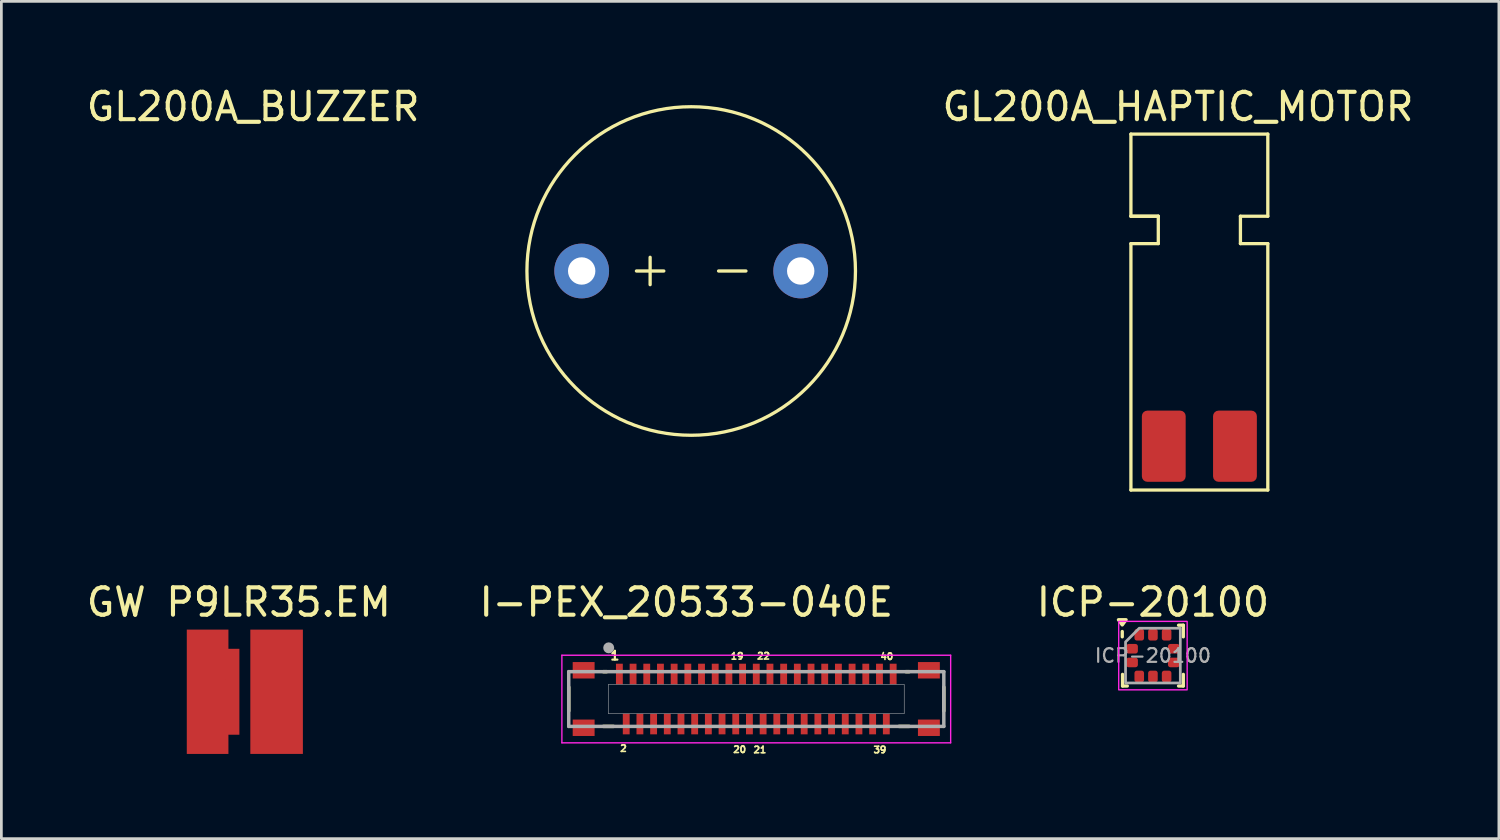
<source format=kicad_pcb>
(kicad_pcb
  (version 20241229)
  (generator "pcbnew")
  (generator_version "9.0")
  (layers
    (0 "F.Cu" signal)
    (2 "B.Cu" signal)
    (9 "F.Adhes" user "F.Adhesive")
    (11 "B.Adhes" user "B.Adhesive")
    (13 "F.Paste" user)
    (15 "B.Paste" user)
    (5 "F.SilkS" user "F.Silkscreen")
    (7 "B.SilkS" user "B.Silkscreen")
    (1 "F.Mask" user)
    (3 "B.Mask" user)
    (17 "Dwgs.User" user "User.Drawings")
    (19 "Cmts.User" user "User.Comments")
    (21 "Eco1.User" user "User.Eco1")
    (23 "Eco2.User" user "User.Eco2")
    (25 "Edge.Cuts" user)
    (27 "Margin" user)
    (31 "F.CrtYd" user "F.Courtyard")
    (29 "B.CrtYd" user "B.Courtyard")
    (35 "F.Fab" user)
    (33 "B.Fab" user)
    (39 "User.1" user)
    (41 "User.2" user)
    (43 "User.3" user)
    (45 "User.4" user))
  (footprint "GL200A_HAPTIC_MOTOR"
    (layer "F.Cu")
    (at 38.257 14.848)
    (property "Reference" "GL200A_HAPTIC_MOTOR" (at 1.72 -14 0) (unlocked yes) (layer "F.SilkS") (effects (font (size 1 1) (thickness 0.15))))
    (attr smd)
    (fp_line (start 0 -13) (end 0 -10) (stroke (width 0.12) (type solid)) (layer "F.SilkS"))
    (fp_line (start 0 -10) (end 1 -10) (stroke (width 0.12) (type solid)) (layer "F.SilkS"))
    (fp_line (start 0 -9) (end 0 0) (stroke (width 0.12) (type solid)) (layer "F.SilkS"))
    (fp_line (start 0 0) (end 5 0) (stroke (width 0.12) (type solid)) (layer "F.SilkS"))
    (fp_line (start 1 -10) (end 0 -10) (stroke (width 0.12) (type solid)) (layer "F.SilkS"))
    (fp_line (start 1 -10) (end 1 -9) (stroke (width 0.12) (type solid)) (layer "F.SilkS"))
    (fp_line (start 1 -9) (end 0 -9) (stroke (width 0.12) (type solid)) (layer "F.SilkS"))
    (fp_line (start 4 -10) (end 5 -10) (stroke (width 0.12) (type solid)) (layer "F.SilkS"))
    (fp_line (start 4 -9) (end 4 -10) (stroke (width 0.12) (type solid)) (layer "F.SilkS"))
    (fp_line (start 5 -13) (end 0 -13) (stroke (width 0.12) (type solid)) (layer "F.SilkS"))
    (fp_line (start 5 -10) (end 5 -13) (stroke (width 0.12) (type solid)) (layer "F.SilkS"))
    (fp_line (start 5 -9) (end 4 -9) (stroke (width 0.12) (type solid)) (layer "F.SilkS"))
    (fp_line (start 5 0) (end 5 -9) (stroke (width 0.12) (type solid)) (layer "F.SilkS"))
    (pad "1" smd roundrect (at 1.2 -1.6) (size 1.6 2.6) (layers "F.Cu" "F.Mask" "F.Paste") (roundrect_rratio 0.125))
    (pad "2" smd roundrect (at 3.8 -1.6) (size 1.6 2.6) (layers "F.Cu" "F.Mask" "F.Paste") (roundrect_rratio 0.125)))
  (footprint "GL200A_BUZZER"
    (layer "F.Cu")
    (at 22.196 6.848)
    (property "Reference" "GL200A_BUZZER" (at -16 -6 0) (unlocked yes) (layer "F.SilkS") (effects (font (size 1 1) (thickness 0.15))))
    (attr through_hole)
    (fp_line (start -2 0) (end -1 0) (stroke (width 0.12) (type solid)) (layer "F.SilkS"))
    (fp_line (start -1.5 -0.5) (end -1.5 0.5) (stroke (width 0.12) (type solid)) (layer "F.SilkS"))
    (fp_line (start 2 0) (end 1 0) (stroke (width 0.12) (type solid)) (layer "F.SilkS"))
    (fp_circle (center 0 0) (end 6 0) (stroke (width 0.12) (type solid)) (fill no) (layer "F.SilkS"))
    (pad "1" thru_hole circle (at -4 0) (size 2 2) (drill 1) (layers "*.Cu" "*.Mask"))
    (pad "2" thru_hole circle (at 4 0) (size 2 2) (drill 1) (layers "*.Cu" "*.Mask")))
  (footprint "ICP-20100"
    (layer "F.Cu")
    (at 39.061 20.896)
    (property "Reference" "ICP-20100" (at 0 -1.95 0) (layer "F.SilkS") (effects (font (size 1 1) (thickness 0.15))))
    (attr smd)
    (fp_line (start -1.12 -0.685) (end -1.12 -0.88) (stroke (width 0.12) (type solid)) (layer "F.SilkS"))
    (fp_line (start -1.11 1.11) (end -1.11 0.685) (stroke (width 0.12) (type solid)) (layer "F.SilkS"))
    (fp_line (start -0.935 1.11) (end -1.11 1.11) (stroke (width 0.12) (type solid)) (layer "F.SilkS"))
    (fp_line (start 0.935 -1.11) (end 1.11 -1.11) (stroke (width 0.12) (type solid)) (layer "F.SilkS"))
    (fp_line (start 0.935 1.11) (end 1.11 1.11) (stroke (width 0.12) (type solid)) (layer "F.SilkS"))
    (fp_line (start 1.11 -1.11) (end 1.11 -0.685) (stroke (width 0.12) (type solid)) (layer "F.SilkS"))
    (fp_line (start 1.11 1.11) (end 1.11 0.685) (stroke (width 0.12) (type solid)) (layer "F.SilkS"))
    (fp_poly (pts (xy -1.12 -1.12) (xy -1.26 -1.31) (xy -0.98 -1.31)) (stroke (width 0.12) (type solid)) (fill yes) (layer "F.SilkS"))
    (fp_rect (start -1.25 -1.25) (end 1.25 1.25) (stroke (width 0.05) (type solid)) (fill no) (layer "F.CrtYd"))
    (fp_poly (pts (xy -1 -0.5) (xy -1 1) (xy 1 1) (xy 1 -1) (xy -0.5 -1)) (stroke (width 0.1) (type solid)) (fill no) (layer "F.Fab"))
    (fp_text user "${REFERENCE}" (at 0 0 0) (layer "F.Fab") (effects (font (size 0.5 0.5) (thickness 0.08))))
    (pad "1" smd roundrect (at -0.762 -0.25) (size 0.425 0.35) (layers "F.Cu" "F.Mask" "F.Paste") (roundrect_rratio 0.25))
    (pad "2" smd roundrect (at -0.762 0.25) (size 0.425 0.35) (layers "F.Cu" "F.Mask" "F.Paste") (roundrect_rratio 0.25))
    (pad "3" smd roundrect (at -0.5 0.762) (size 0.35 0.425) (layers "F.Cu" "F.Mask" "F.Paste") (roundrect_rratio 0.25))
    (pad "4" smd roundrect (at 0 0.762) (size 0.35 0.425) (layers "F.Cu" "F.Mask" "F.Paste") (roundrect_rratio 0.25))
    (pad "5" smd roundrect (at 0.5 0.762) (size 0.35 0.425) (layers "F.Cu" "F.Mask" "F.Paste") (roundrect_rratio 0.25))
    (pad "6" smd roundrect (at 0.762 0.25) (size 0.425 0.35) (layers "F.Cu" "F.Mask" "F.Paste") (roundrect_rratio 0.25))
    (pad "7" smd roundrect (at 0.762 -0.25) (size 0.425 0.35) (layers "F.Cu" "F.Mask" "F.Paste") (roundrect_rratio 0.25))
    (pad "8" smd roundrect (at 0.5 -0.762) (size 0.35 0.425) (layers "F.Cu" "F.Mask" "F.Paste") (roundrect_rratio 0.25))
    (pad "9" smd roundrect (at 0 -0.762) (size 0.35 0.425) (layers "F.Cu" "F.Mask" "F.Paste") (roundrect_rratio 0.25))
    (pad "10" smd roundrect (at -0.5 -0.762) (size 0.35 0.425) (layers "F.Cu" "F.Mask" "F.Paste") (roundrect_rratio 0.25)))
  (footprint "GW P9LR35.EM"
    (layer "F.Cu")
    (at 3.773 19.947)
    (property "Reference" "GW P9LR35.EM" (at 1.9 -1 0) (unlocked yes) (layer "F.SilkS") (effects (font (size 1 1) (thickness 0.15))))
    (attr smd)
    (pad "A" smd rect (at 3.28 2.27) (size 1.92 4.54) (layers "F.Cu" "F.Mask" "F.Paste"))
    (pad "K" smd custom (at 0 0) (size 0.001 0.001) (layers "F.Cu" "F.Mask" "F.Paste") (options (anchor rect)) (primitives (gr_poly (pts (xy 0 0) (xy 1.52 0) (xy 1.52 0.7) (xy 1.92 0.7) (xy 1.92 3.84) (xy 1.52 3.84) (xy 1.52 4.54) (xy 0 4.54)) (width 0.001) (fill yes))))
    (pad "K" smd roundrect (at 1 2.25) (size 1 1) (layers "F.Cu" "F.Mask" "F.Paste") (roundrect_rratio 0.25)))
  (footprint "I-PEX_20533-040E"
    (layer "F.Cu")
    (at 24.573 22.482)
    (property "Reference" "I-PEX_20533-040E" (at -2.555 -3.535 0) (layer "F.SilkS") (effects (font (size 1 1) (thickness 0.15))))
    (attr through_hole)
    (fp_line (start -6.85 0.435) (end -6.85 -0.435) (stroke (width 0.127) (type solid)) (layer "F.SilkS"))
    (fp_line (start -5.465 -1) (end -5.585 -1) (stroke (width 0.127) (type solid)) (layer "F.SilkS"))
    (fp_line (start -5.215 1) (end -5.585 1) (stroke (width 0.127) (type solid)) (layer "F.SilkS"))
    (fp_line (start 5.585 -1) (end 5.465 -1) (stroke (width 0.127) (type solid)) (layer "F.SilkS"))
    (fp_line (start 5.585 1) (end 5.215 1) (stroke (width 0.127) (type solid)) (layer "F.SilkS"))
    (fp_line (start 6.85 0.435) (end 6.85 -0.435) (stroke (width 0.127) (type solid)) (layer "F.SilkS"))
    (fp_poly (pts (xy -6.637 -1.299) (xy -5.973 -1.299) (xy -5.973 -0.801) (xy -6.637 -0.801)) (stroke (width 0.01) (type solid)) (fill yes) (layer "F.Paste"))
    (fp_poly (pts (xy -6.637 0.801) (xy -5.973 0.801) (xy -5.973 1.299) (xy -6.637 1.299)) (stroke (width 0.01) (type solid)) (fill yes) (layer "F.Paste"))
    (fp_poly (pts (xy -5.104 -1.226) (xy -4.896 -1.226) (xy -4.896 -0.604) (xy -5.104 -0.604)) (stroke (width 0.01) (type solid)) (fill yes) (layer "F.Paste"))
    (fp_poly (pts (xy -4.854 0.604) (xy -4.646 0.604) (xy -4.646 1.226) (xy -4.854 1.226)) (stroke (width 0.01) (type solid)) (fill yes) (layer "F.Paste"))
    (fp_poly (pts (xy -4.604 -1.226) (xy -4.396 -1.226) (xy -4.396 -0.604) (xy -4.604 -0.604)) (stroke (width 0.01) (type solid)) (fill yes) (layer "F.Paste"))
    (fp_poly (pts (xy -4.354 0.604) (xy -4.146 0.604) (xy -4.146 1.226) (xy -4.354 1.226)) (stroke (width 0.01) (type solid)) (fill yes) (layer "F.Paste"))
    (fp_poly (pts (xy -4.104 -1.226) (xy -3.896 -1.226) (xy -3.896 -0.604) (xy -4.104 -0.604)) (stroke (width 0.01) (type solid)) (fill yes) (layer "F.Paste"))
    (fp_poly (pts (xy -3.854 0.604) (xy -3.646 0.604) (xy -3.646 1.226) (xy -3.854 1.226)) (stroke (width 0.01) (type solid)) (fill yes) (layer "F.Paste"))
    (fp_poly (pts (xy -3.604 -1.226) (xy -3.396 -1.226) (xy -3.396 -0.604) (xy -3.604 -0.604)) (stroke (width 0.01) (type solid)) (fill yes) (layer "F.Paste"))
    (fp_poly (pts (xy -3.354 0.604) (xy -3.146 0.604) (xy -3.146 1.226) (xy -3.354 1.226)) (stroke (width 0.01) (type solid)) (fill yes) (layer "F.Paste"))
    (fp_poly (pts (xy -3.104 -1.226) (xy -2.896 -1.226) (xy -2.896 -0.604) (xy -3.104 -0.604)) (stroke (width 0.01) (type solid)) (fill yes) (layer "F.Paste"))
    (fp_poly (pts (xy -2.854 0.604) (xy -2.646 0.604) (xy -2.646 1.226) (xy -2.854 1.226)) (stroke (width 0.01) (type solid)) (fill yes) (layer "F.Paste"))
    (fp_poly (pts (xy -2.604 -1.226) (xy -2.396 -1.226) (xy -2.396 -0.604) (xy -2.604 -0.604)) (stroke (width 0.01) (type solid)) (fill yes) (layer "F.Paste"))
    (fp_poly (pts (xy -2.354 0.604) (xy -2.146 0.604) (xy -2.146 1.226) (xy -2.354 1.226)) (stroke (width 0.01) (type solid)) (fill yes) (layer "F.Paste"))
    (fp_poly (pts (xy -2.104 -1.226) (xy -1.896 -1.226) (xy -1.896 -0.604) (xy -2.104 -0.604)) (stroke (width 0.01) (type solid)) (fill yes) (layer "F.Paste"))
    (fp_poly (pts (xy -1.854 0.604) (xy -1.646 0.604) (xy -1.646 1.226) (xy -1.854 1.226)) (stroke (width 0.01) (type solid)) (fill yes) (layer "F.Paste"))
    (fp_poly (pts (xy -1.604 -1.226) (xy -1.396 -1.226) (xy -1.396 -0.604) (xy -1.604 -0.604)) (stroke (width 0.01) (type solid)) (fill yes) (layer "F.Paste"))
    (fp_poly (pts (xy -1.354 0.604) (xy -1.146 0.604) (xy -1.146 1.226) (xy -1.354 1.226)) (stroke (width 0.01) (type solid)) (fill yes) (layer "F.Paste"))
    (fp_poly (pts (xy -1.104 -1.226) (xy -0.896 -1.226) (xy -0.896 -0.604) (xy -1.104 -0.604)) (stroke (width 0.01) (type solid)) (fill yes) (layer "F.Paste"))
    (fp_poly (pts (xy -0.854 0.604) (xy -0.646 0.604) (xy -0.646 1.226) (xy -0.854 1.226)) (stroke (width 0.01) (type solid)) (fill yes) (layer "F.Paste"))
    (fp_poly (pts (xy -0.604 -1.226) (xy -0.396 -1.226) (xy -0.396 -0.604) (xy -0.604 -0.604)) (stroke (width 0.01) (type solid)) (fill yes) (layer "F.Paste"))
    (fp_poly (pts (xy -0.354 0.604) (xy -0.146 0.604) (xy -0.146 1.226) (xy -0.354 1.226)) (stroke (width 0.01) (type solid)) (fill yes) (layer "F.Paste"))
    (fp_poly (pts (xy -0.104 -1.226) (xy 0.104 -1.226) (xy 0.104 -0.604) (xy -0.104 -0.604)) (stroke (width 0.01) (type solid)) (fill yes) (layer "F.Paste"))
    (fp_poly (pts (xy 0.146 0.604) (xy 0.354 0.604) (xy 0.354 1.226) (xy 0.146 1.226)) (stroke (width 0.01) (type solid)) (fill yes) (layer "F.Paste"))
    (fp_poly (pts (xy 0.396 -1.226) (xy 0.604 -1.226) (xy 0.604 -0.604) (xy 0.396 -0.604)) (stroke (width 0.01) (type solid)) (fill yes) (layer "F.Paste"))
    (fp_poly (pts (xy 0.646 0.604) (xy 0.854 0.604) (xy 0.854 1.226) (xy 0.646 1.226)) (stroke (width 0.01) (type solid)) (fill yes) (layer "F.Paste"))
    (fp_poly (pts (xy 0.896 -1.226) (xy 1.104 -1.226) (xy 1.104 -0.604) (xy 0.896 -0.604)) (stroke (width 0.01) (type solid)) (fill yes) (layer "F.Paste"))
    (fp_poly (pts (xy 1.146 0.604) (xy 1.354 0.604) (xy 1.354 1.226) (xy 1.146 1.226)) (stroke (width 0.01) (type solid)) (fill yes) (layer "F.Paste"))
    (fp_poly (pts (xy 1.396 -1.226) (xy 1.604 -1.226) (xy 1.604 -0.604) (xy 1.396 -0.604)) (stroke (width 0.01) (type solid)) (fill yes) (layer "F.Paste"))
    (fp_poly (pts (xy 1.646 0.604) (xy 1.854 0.604) (xy 1.854 1.226) (xy 1.646 1.226)) (stroke (width 0.01) (type solid)) (fill yes) (layer "F.Paste"))
    (fp_poly (pts (xy 1.896 -1.226) (xy 2.104 -1.226) (xy 2.104 -0.604) (xy 1.896 -0.604)) (stroke (width 0.01) (type solid)) (fill yes) (layer "F.Paste"))
    (fp_poly (pts (xy 2.146 0.604) (xy 2.354 0.604) (xy 2.354 1.226) (xy 2.146 1.226)) (stroke (width 0.01) (type solid)) (fill yes) (layer "F.Paste"))
    (fp_poly (pts (xy 2.396 -1.226) (xy 2.604 -1.226) (xy 2.604 -0.604) (xy 2.396 -0.604)) (stroke (width 0.01) (type solid)) (fill yes) (layer "F.Paste"))
    (fp_poly (pts (xy 2.646 0.604) (xy 2.854 0.604) (xy 2.854 1.226) (xy 2.646 1.226)) (stroke (width 0.01) (type solid)) (fill yes) (layer "F.Paste"))
    (fp_poly (pts (xy 2.896 -1.226) (xy 3.104 -1.226) (xy 3.104 -0.604) (xy 2.896 -0.604)) (stroke (width 0.01) (type solid)) (fill yes) (layer "F.Paste"))
    (fp_poly (pts (xy 2.896 -1.226) (xy 3.104 -1.226) (xy 3.104 -0.604) (xy 2.896 -0.604)) (stroke (width 0.01) (type solid)) (fill yes) (layer "F.Paste"))
    (fp_poly (pts (xy 3.146 0.604) (xy 3.354 0.604) (xy 3.354 1.226) (xy 3.146 1.226)) (stroke (width 0.01) (type solid)) (fill yes) (layer "F.Paste"))
    (fp_poly (pts (xy 3.396 -1.226) (xy 3.604 -1.226) (xy 3.604 -0.604) (xy 3.396 -0.604)) (stroke (width 0.01) (type solid)) (fill yes) (layer "F.Paste"))
    (fp_poly (pts (xy 3.646 0.604) (xy 3.854 0.604) (xy 3.854 1.226) (xy 3.646 1.226)) (stroke (width 0.01) (type solid)) (fill yes) (layer "F.Paste"))
    (fp_poly (pts (xy 3.896 -1.226) (xy 4.104 -1.226) (xy 4.104 -0.604) (xy 3.896 -0.604)) (stroke (width 0.01) (type solid)) (fill yes) (layer "F.Paste"))
    (fp_poly (pts (xy 4.146 0.604) (xy 4.354 0.604) (xy 4.354 1.226) (xy 4.146 1.226)) (stroke (width 0.01) (type solid)) (fill yes) (layer "F.Paste"))
    (fp_poly (pts (xy 4.396 -1.226) (xy 4.604 -1.226) (xy 4.604 -0.604) (xy 4.396 -0.604)) (stroke (width 0.01) (type solid)) (fill yes) (layer "F.Paste"))
    (fp_poly (pts (xy 4.646 0.604) (xy 4.854 0.604) (xy 4.854 1.226) (xy 4.646 1.226)) (stroke (width 0.01) (type solid)) (fill yes) (layer "F.Paste"))
    (fp_poly (pts (xy 4.896 -1.226) (xy 5.104 -1.226) (xy 5.104 -0.604) (xy 4.896 -0.604)) (stroke (width 0.01) (type solid)) (fill yes) (layer "F.Paste"))
    (fp_poly (pts (xy 5.973 -1.299) (xy 6.637 -1.299) (xy 6.637 -0.801) (xy 5.973 -0.801)) (stroke (width 0.01) (type solid)) (fill yes) (layer "F.Paste"))
    (fp_poly (pts (xy 5.973 0.801) (xy 6.637 0.801) (xy 6.637 1.299) (xy 5.973 1.299)) (stroke (width 0.01) (type solid)) (fill yes) (layer "F.Paste"))
    (fp_poly (pts (xy -5.4 -0.54) (xy 5.4 -0.54) (xy 5.4 0.54) (xy -5.4 0.54)) (stroke (width 0.01) (type solid)) (fill no) (layer "Dwgs.User"))
    (fp_poly (pts (xy -5.4 -0.54) (xy 5.4 -0.54) (xy 5.4 0.54) (xy -5.4 0.54)) (stroke (width 0.01) (type solid)) (fill no) (layer "Dwgs.User"))
    (fp_line (start -7.1 -1.6) (end 7.1 -1.6) (stroke (width 0.05) (type solid)) (layer "F.CrtYd"))
    (fp_line (start -7.1 1.6) (end -7.1 -1.6) (stroke (width 0.05) (type solid)) (layer "F.CrtYd"))
    (fp_line (start 7.1 -1.6) (end 7.1 1.6) (stroke (width 0.05) (type solid)) (layer "F.CrtYd"))
    (fp_line (start 7.1 1.6) (end -7.1 1.6) (stroke (width 0.05) (type solid)) (layer "F.CrtYd"))
    (fp_line (start -6.85 -1) (end 6.85 -1) (stroke (width 0.127) (type solid)) (layer "F.Fab"))
    (fp_line (start -6.85 1) (end -6.85 -1) (stroke (width 0.127) (type solid)) (layer "F.Fab"))
    (fp_line (start 6.85 -1) (end 6.85 1) (stroke (width 0.127) (type solid)) (layer "F.Fab"))
    (fp_line (start 6.85 1) (end -6.85 1) (stroke (width 0.127) (type solid)) (layer "F.Fab"))
    (fp_circle (center -5.39 -1.87) (end -5.29 -1.87) (stroke (width 0.2) (type solid)) (fill no) (layer "F.Fab"))
    (fp_text user "19" (at -0.7 -1.564 0) (layer "F.SilkS") (effects (font (size 0.24 0.24) (thickness 0.15))))
    (fp_text user "21" (at 0.133 1.855 0) (layer "F.SilkS") (effects (font (size 0.24 0.24) (thickness 0.15))))
    (fp_text user "20" (at -0.606 1.845 0) (layer "F.SilkS") (effects (font (size 0.24 0.24) (thickness 0.15))))
    (fp_text user "2" (at -4.85 1.805 0) (layer "F.SilkS") (effects (font (size 0.24 0.24) (thickness 0.15))))
    (fp_text user "22" (at 0.265 -1.569 0) (layer "F.SilkS") (effects (font (size 0.24 0.24) (thickness 0.15))))
    (fp_text user "40" (at 4.769 -1.554 0) (layer "F.SilkS") (effects (font (size 0.24 0.24) (thickness 0.15))))
    (fp_text user "1" (at -5.165 -1.584 0) (layer "F.SilkS") (effects (font (size 0.32 0.32) (thickness 0.15))))
    (fp_text user "39" (at 4.515 1.855 0) (layer "F.SilkS") (effects (font (size 0.24 0.24) (thickness 0.15))))
    (pad "1" smd rect (at -5 -0.915) (size 0.25 0.75) (layers "F.Cu" "F.Mask"))
    (pad "2" smd rect (at -4.75 0.915) (size 0.25 0.75) (layers "F.Cu" "F.Mask"))
    (pad "3" smd rect (at -4.5 -0.915) (size 0.25 0.75) (layers "F.Cu" "F.Mask"))
    (pad "4" smd rect (at -4.25 0.915) (size 0.25 0.75) (layers "F.Cu" "F.Mask"))
    (pad "5" smd rect (at -4 -0.915) (size 0.25 0.75) (layers "F.Cu" "F.Mask"))
    (pad "6" smd rect (at -3.75 0.915) (size 0.25 0.75) (layers "F.Cu" "F.Mask"))
    (pad "7" smd rect (at -3.5 -0.915) (size 0.25 0.75) (layers "F.Cu" "F.Mask"))
    (pad "8" smd rect (at -3.25 0.915) (size 0.25 0.75) (layers "F.Cu" "F.Mask"))
    (pad "9" smd rect (at -3 -0.915) (size 0.25 0.75) (layers "F.Cu" "F.Mask"))
    (pad "10" smd rect (at -2.75 0.915) (size 0.25 0.75) (layers "F.Cu" "F.Mask"))
    (pad "11" smd rect (at -2.5 -0.915) (size 0.25 0.75) (layers "F.Cu" "F.Mask"))
    (pad "12" smd rect (at -2.25 0.915) (size 0.25 0.75) (layers "F.Cu" "F.Mask"))
    (pad "13" smd rect (at -2 -0.915) (size 0.25 0.75) (layers "F.Cu" "F.Mask"))
    (pad "14" smd rect (at -1.75 0.915) (size 0.25 0.75) (layers "F.Cu" "F.Mask"))
    (pad "15" smd rect (at -1.5 -0.915) (size 0.25 0.75) (layers "F.Cu" "F.Mask"))
    (pad "16" smd rect (at -1.25 0.915) (size 0.25 0.75) (layers "F.Cu" "F.Mask"))
    (pad "17" smd rect (at -1 -0.915) (size 0.25 0.75) (layers "F.Cu" "F.Mask"))
    (pad "18" smd rect (at -0.75 0.915) (size 0.25 0.75) (layers "F.Cu" "F.Mask"))
    (pad "19" smd rect (at -0.5 -0.915) (size 0.25 0.75) (layers "F.Cu" "F.Mask"))
    (pad "20" smd rect (at -0.25 0.915) (size 0.25 0.75) (layers "F.Cu" "F.Mask"))
    (pad "21" smd rect (at 0.25 0.915) (size 0.25 0.75) (layers "F.Cu" "F.Mask"))
    (pad "22" smd rect (at 0.5 -0.915) (size 0.25 0.75) (layers "F.Cu" "F.Mask"))
    (pad "23" smd rect (at 0.75 0.915) (size 0.25 0.75) (layers "F.Cu" "F.Mask"))
    (pad "24" smd rect (at 1 -0.915) (size 0.25 0.75) (layers "F.Cu" "F.Mask"))
    (pad "25" smd rect (at 1.25 0.915) (size 0.25 0.75) (layers "F.Cu" "F.Mask"))
    (pad "26" smd rect (at 1.5 -0.915) (size 0.25 0.75) (layers "F.Cu" "F.Mask"))
    (pad "27" smd rect (at 1.75 0.915) (size 0.25 0.75) (layers "F.Cu" "F.Mask"))
    (pad "28" smd rect (at 2 -0.915) (size 0.25 0.75) (layers "F.Cu" "F.Mask"))
    (pad "29" smd rect (at 2.25 0.915) (size 0.25 0.75) (layers "F.Cu" "F.Mask"))
    (pad "30" smd rect (at 2.5 -0.915) (size 0.25 0.75) (layers "F.Cu" "F.Mask"))
    (pad "31" smd rect (at 2.75 0.915) (size 0.25 0.75) (layers "F.Cu" "F.Mask"))
    (pad "32" smd rect (at 3 -0.915) (size 0.25 0.75) (layers "F.Cu" "F.Mask"))
    (pad "33" smd rect (at 3.25 0.915) (size 0.25 0.75) (layers "F.Cu" "F.Mask"))
    (pad "34" smd rect (at 3.5 -0.915) (size 0.25 0.75) (layers "F.Cu" "F.Mask"))
    (pad "35" smd rect (at 3.75 0.915) (size 0.25 0.75) (layers "F.Cu" "F.Mask"))
    (pad "36" smd rect (at 4 -0.915) (size 0.25 0.75) (layers "F.Cu" "F.Mask"))
    (pad "37" smd rect (at 4.25 0.915) (size 0.25 0.75) (layers "F.Cu" "F.Mask"))
    (pad "38" smd rect (at 4.5 -0.915) (size 0.25 0.75) (layers "F.Cu" "F.Mask"))
    (pad "39" smd rect (at 4.75 0.915) (size 0.25 0.75) (layers "F.Cu" "F.Mask"))
    (pad "40" smd rect (at 5 -0.915) (size 0.25 0.75) (layers "F.Cu" "F.Mask"))
    (pad "S1" smd rect (at -6.305 -1.05) (size 0.8 0.6) (layers "F.Cu" "F.Mask"))
    (pad "S2" smd rect (at -6.305 1.05 180) (size 0.8 0.6) (layers "F.Cu" "F.Mask"))
    (pad "S3" smd rect (at 6.305 -1.05) (size 0.8 0.6) (layers "F.Cu" "F.Mask"))
    (pad "S4" smd rect (at 6.305 1.05) (size 0.8 0.6) (layers "F.Cu" "F.Mask"))
    (pad "S5" smd rect (at 0 -0.915) (size 0.25 0.75) (layers "F.Cu" "F.Mask")))
  (gr_rect
    (start -3 -3)
    (end 51.697 27.582)
    (stroke (width 0.1) (type default))
    (fill no)
    (layer "Edge.Cuts")))
</source>
